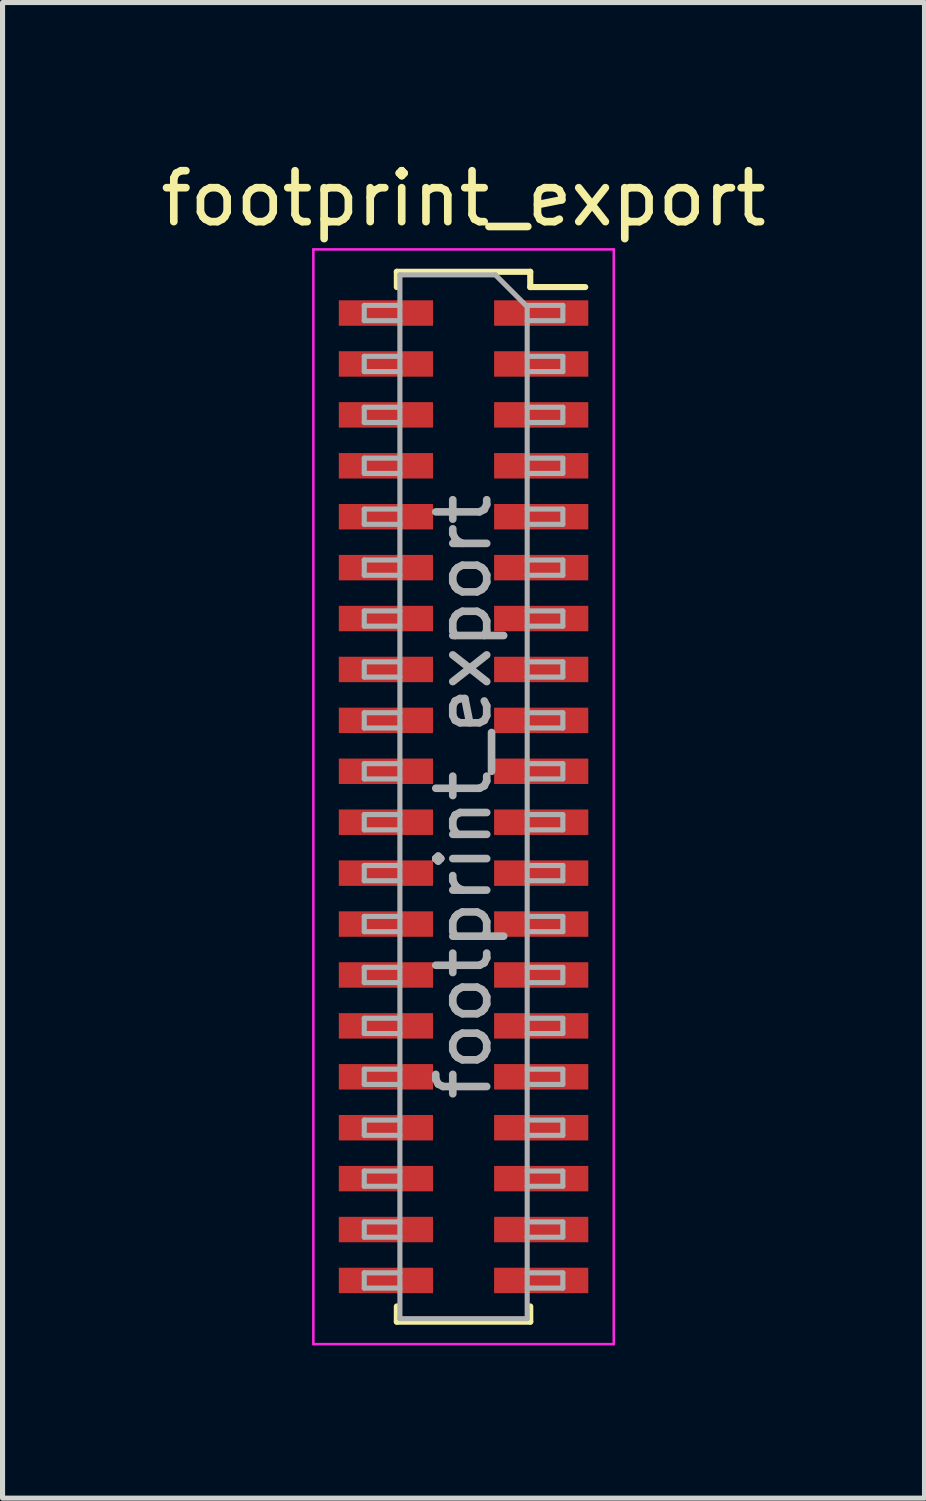
<source format=kicad_pcb>
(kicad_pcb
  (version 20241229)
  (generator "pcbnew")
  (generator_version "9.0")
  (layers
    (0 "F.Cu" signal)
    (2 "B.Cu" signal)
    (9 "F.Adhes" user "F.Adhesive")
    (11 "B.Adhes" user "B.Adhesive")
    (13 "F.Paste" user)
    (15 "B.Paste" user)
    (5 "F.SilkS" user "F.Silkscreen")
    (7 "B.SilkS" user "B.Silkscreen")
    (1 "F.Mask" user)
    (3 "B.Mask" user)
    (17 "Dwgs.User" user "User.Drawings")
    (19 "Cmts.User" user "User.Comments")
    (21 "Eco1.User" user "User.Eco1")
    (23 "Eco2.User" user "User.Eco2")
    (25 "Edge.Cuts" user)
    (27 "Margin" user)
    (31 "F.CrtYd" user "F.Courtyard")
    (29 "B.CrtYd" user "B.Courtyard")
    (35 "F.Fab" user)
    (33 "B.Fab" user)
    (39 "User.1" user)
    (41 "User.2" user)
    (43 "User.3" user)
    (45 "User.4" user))
  (footprint "footprint_export"
    (layer "F.Cu")
    (at 6.054 12.598)
    (property "Reference" "footprint_export" (at 0 -11.75 0) (layer "F.SilkS") (effects (font (size 1 1) (thickness 0.15))))
    (attr smd)
    (fp_line (start -1.31 -10.31) (end -1.31 -10.01) (stroke (width 0.12) (type solid)) (layer "F.SilkS"))
    (fp_line (start -1.31 -10.31) (end 1.31 -10.31) (stroke (width 0.12) (type solid)) (layer "F.SilkS"))
    (fp_line (start -1.31 10.01) (end -1.31 10.31) (stroke (width 0.12) (type solid)) (layer "F.SilkS"))
    (fp_line (start -1.31 10.31) (end 1.31 10.31) (stroke (width 0.12) (type solid)) (layer "F.SilkS"))
    (fp_line (start 1.31 -10.31) (end 1.31 -10.01) (stroke (width 0.12) (type solid)) (layer "F.SilkS"))
    (fp_line (start 1.31 -10.01) (end 2.39 -10.01) (stroke (width 0.12) (type solid)) (layer "F.SilkS"))
    (fp_line (start 1.31 10.01) (end 1.31 10.31) (stroke (width 0.12) (type solid)) (layer "F.SilkS"))
    (fp_line (start -2.95 -10.75) (end 2.95 -10.75) (stroke (width 0.05) (type solid)) (layer "F.CrtYd"))
    (fp_line (start -2.95 10.75) (end -2.95 -10.75) (stroke (width 0.05) (type solid)) (layer "F.CrtYd"))
    (fp_line (start 2.95 -10.75) (end 2.95 10.75) (stroke (width 0.05) (type solid)) (layer "F.CrtYd"))
    (fp_line (start 2.95 10.75) (end -2.95 10.75) (stroke (width 0.05) (type solid)) (layer "F.CrtYd"))
    (fp_line (start -1.95 -9.65) (end -1.25 -9.65) (stroke (width 0.1) (type solid)) (layer "F.Fab"))
    (fp_line (start -1.95 -9.35) (end -1.95 -9.65) (stroke (width 0.1) (type solid)) (layer "F.Fab"))
    (fp_line (start -1.95 -8.65) (end -1.25 -8.65) (stroke (width 0.1) (type solid)) (layer "F.Fab"))
    (fp_line (start -1.95 -8.35) (end -1.95 -8.65) (stroke (width 0.1) (type solid)) (layer "F.Fab"))
    (fp_line (start -1.95 -7.65) (end -1.25 -7.65) (stroke (width 0.1) (type solid)) (layer "F.Fab"))
    (fp_line (start -1.95 -7.35) (end -1.95 -7.65) (stroke (width 0.1) (type solid)) (layer "F.Fab"))
    (fp_line (start -1.95 -6.65) (end -1.25 -6.65) (stroke (width 0.1) (type solid)) (layer "F.Fab"))
    (fp_line (start -1.95 -6.35) (end -1.95 -6.65) (stroke (width 0.1) (type solid)) (layer "F.Fab"))
    (fp_line (start -1.95 -5.65) (end -1.25 -5.65) (stroke (width 0.1) (type solid)) (layer "F.Fab"))
    (fp_line (start -1.95 -5.35) (end -1.95 -5.65) (stroke (width 0.1) (type solid)) (layer "F.Fab"))
    (fp_line (start -1.95 -4.65) (end -1.25 -4.65) (stroke (width 0.1) (type solid)) (layer "F.Fab"))
    (fp_line (start -1.95 -4.35) (end -1.95 -4.65) (stroke (width 0.1) (type solid)) (layer "F.Fab"))
    (fp_line (start -1.95 -3.65) (end -1.25 -3.65) (stroke (width 0.1) (type solid)) (layer "F.Fab"))
    (fp_line (start -1.95 -3.35) (end -1.95 -3.65) (stroke (width 0.1) (type solid)) (layer "F.Fab"))
    (fp_line (start -1.95 -2.65) (end -1.25 -2.65) (stroke (width 0.1) (type solid)) (layer "F.Fab"))
    (fp_line (start -1.95 -2.35) (end -1.95 -2.65) (stroke (width 0.1) (type solid)) (layer "F.Fab"))
    (fp_line (start -1.95 -1.65) (end -1.25 -1.65) (stroke (width 0.1) (type solid)) (layer "F.Fab"))
    (fp_line (start -1.95 -1.35) (end -1.95 -1.65) (stroke (width 0.1) (type solid)) (layer "F.Fab"))
    (fp_line (start -1.95 -0.65) (end -1.25 -0.65) (stroke (width 0.1) (type solid)) (layer "F.Fab"))
    (fp_line (start -1.95 -0.35) (end -1.95 -0.65) (stroke (width 0.1) (type solid)) (layer "F.Fab"))
    (fp_line (start -1.95 0.35) (end -1.25 0.35) (stroke (width 0.1) (type solid)) (layer "F.Fab"))
    (fp_line (start -1.95 0.65) (end -1.95 0.35) (stroke (width 0.1) (type solid)) (layer "F.Fab"))
    (fp_line (start -1.95 1.35) (end -1.25 1.35) (stroke (width 0.1) (type solid)) (layer "F.Fab"))
    (fp_line (start -1.95 1.65) (end -1.95 1.35) (stroke (width 0.1) (type solid)) (layer "F.Fab"))
    (fp_line (start -1.95 2.35) (end -1.25 2.35) (stroke (width 0.1) (type solid)) (layer "F.Fab"))
    (fp_line (start -1.95 2.65) (end -1.95 2.35) (stroke (width 0.1) (type solid)) (layer "F.Fab"))
    (fp_line (start -1.95 3.35) (end -1.25 3.35) (stroke (width 0.1) (type solid)) (layer "F.Fab"))
    (fp_line (start -1.95 3.65) (end -1.95 3.35) (stroke (width 0.1) (type solid)) (layer "F.Fab"))
    (fp_line (start -1.95 4.35) (end -1.25 4.35) (stroke (width 0.1) (type solid)) (layer "F.Fab"))
    (fp_line (start -1.95 4.65) (end -1.95 4.35) (stroke (width 0.1) (type solid)) (layer "F.Fab"))
    (fp_line (start -1.95 5.35) (end -1.25 5.35) (stroke (width 0.1) (type solid)) (layer "F.Fab"))
    (fp_line (start -1.95 5.65) (end -1.95 5.35) (stroke (width 0.1) (type solid)) (layer "F.Fab"))
    (fp_line (start -1.95 6.35) (end -1.25 6.35) (stroke (width 0.1) (type solid)) (layer "F.Fab"))
    (fp_line (start -1.95 6.65) (end -1.95 6.35) (stroke (width 0.1) (type solid)) (layer "F.Fab"))
    (fp_line (start -1.95 7.35) (end -1.25 7.35) (stroke (width 0.1) (type solid)) (layer "F.Fab"))
    (fp_line (start -1.95 7.65) (end -1.95 7.35) (stroke (width 0.1) (type solid)) (layer "F.Fab"))
    (fp_line (start -1.95 8.35) (end -1.25 8.35) (stroke (width 0.1) (type solid)) (layer "F.Fab"))
    (fp_line (start -1.95 8.65) (end -1.95 8.35) (stroke (width 0.1) (type solid)) (layer "F.Fab"))
    (fp_line (start -1.95 9.35) (end -1.25 9.35) (stroke (width 0.1) (type solid)) (layer "F.Fab"))
    (fp_line (start -1.95 9.65) (end -1.95 9.35) (stroke (width 0.1) (type solid)) (layer "F.Fab"))
    (fp_line (start -1.25 -10.25) (end 0.625 -10.25) (stroke (width 0.1) (type solid)) (layer "F.Fab"))
    (fp_line (start -1.25 -9.35) (end -1.95 -9.35) (stroke (width 0.1) (type solid)) (layer "F.Fab"))
    (fp_line (start -1.25 -8.35) (end -1.95 -8.35) (stroke (width 0.1) (type solid)) (layer "F.Fab"))
    (fp_line (start -1.25 -7.35) (end -1.95 -7.35) (stroke (width 0.1) (type solid)) (layer "F.Fab"))
    (fp_line (start -1.25 -6.35) (end -1.95 -6.35) (stroke (width 0.1) (type solid)) (layer "F.Fab"))
    (fp_line (start -1.25 -5.35) (end -1.95 -5.35) (stroke (width 0.1) (type solid)) (layer "F.Fab"))
    (fp_line (start -1.25 -4.35) (end -1.95 -4.35) (stroke (width 0.1) (type solid)) (layer "F.Fab"))
    (fp_line (start -1.25 -3.35) (end -1.95 -3.35) (stroke (width 0.1) (type solid)) (layer "F.Fab"))
    (fp_line (start -1.25 -2.35) (end -1.95 -2.35) (stroke (width 0.1) (type solid)) (layer "F.Fab"))
    (fp_line (start -1.25 -1.35) (end -1.95 -1.35) (stroke (width 0.1) (type solid)) (layer "F.Fab"))
    (fp_line (start -1.25 -0.35) (end -1.95 -0.35) (stroke (width 0.1) (type solid)) (layer "F.Fab"))
    (fp_line (start -1.25 0.65) (end -1.95 0.65) (stroke (width 0.1) (type solid)) (layer "F.Fab"))
    (fp_line (start -1.25 1.65) (end -1.95 1.65) (stroke (width 0.1) (type solid)) (layer "F.Fab"))
    (fp_line (start -1.25 2.65) (end -1.95 2.65) (stroke (width 0.1) (type solid)) (layer "F.Fab"))
    (fp_line (start -1.25 3.65) (end -1.95 3.65) (stroke (width 0.1) (type solid)) (layer "F.Fab"))
    (fp_line (start -1.25 4.65) (end -1.95 4.65) (stroke (width 0.1) (type solid)) (layer "F.Fab"))
    (fp_line (start -1.25 5.65) (end -1.95 5.65) (stroke (width 0.1) (type solid)) (layer "F.Fab"))
    (fp_line (start -1.25 6.65) (end -1.95 6.65) (stroke (width 0.1) (type solid)) (layer "F.Fab"))
    (fp_line (start -1.25 7.65) (end -1.95 7.65) (stroke (width 0.1) (type solid)) (layer "F.Fab"))
    (fp_line (start -1.25 8.65) (end -1.95 8.65) (stroke (width 0.1) (type solid)) (layer "F.Fab"))
    (fp_line (start -1.25 9.65) (end -1.95 9.65) (stroke (width 0.1) (type solid)) (layer "F.Fab"))
    (fp_line (start -1.25 10.25) (end -1.25 -10.25) (stroke (width 0.1) (type solid)) (layer "F.Fab"))
    (fp_line (start 0.625 -10.25) (end 1.25 -9.625) (stroke (width 0.1) (type solid)) (layer "F.Fab"))
    (fp_line (start 1.25 -9.65) (end 1.95 -9.65) (stroke (width 0.1) (type solid)) (layer "F.Fab"))
    (fp_line (start 1.25 -9.625) (end 1.25 10.25) (stroke (width 0.1) (type solid)) (layer "F.Fab"))
    (fp_line (start 1.25 -8.65) (end 1.95 -8.65) (stroke (width 0.1) (type solid)) (layer "F.Fab"))
    (fp_line (start 1.25 -7.65) (end 1.95 -7.65) (stroke (width 0.1) (type solid)) (layer "F.Fab"))
    (fp_line (start 1.25 -6.65) (end 1.95 -6.65) (stroke (width 0.1) (type solid)) (layer "F.Fab"))
    (fp_line (start 1.25 -5.65) (end 1.95 -5.65) (stroke (width 0.1) (type solid)) (layer "F.Fab"))
    (fp_line (start 1.25 -4.65) (end 1.95 -4.65) (stroke (width 0.1) (type solid)) (layer "F.Fab"))
    (fp_line (start 1.25 -3.65) (end 1.95 -3.65) (stroke (width 0.1) (type solid)) (layer "F.Fab"))
    (fp_line (start 1.25 -2.65) (end 1.95 -2.65) (stroke (width 0.1) (type solid)) (layer "F.Fab"))
    (fp_line (start 1.25 -1.65) (end 1.95 -1.65) (stroke (width 0.1) (type solid)) (layer "F.Fab"))
    (fp_line (start 1.25 -0.65) (end 1.95 -0.65) (stroke (width 0.1) (type solid)) (layer "F.Fab"))
    (fp_line (start 1.25 0.35) (end 1.95 0.35) (stroke (width 0.1) (type solid)) (layer "F.Fab"))
    (fp_line (start 1.25 1.35) (end 1.95 1.35) (stroke (width 0.1) (type solid)) (layer "F.Fab"))
    (fp_line (start 1.25 2.35) (end 1.95 2.35) (stroke (width 0.1) (type solid)) (layer "F.Fab"))
    (fp_line (start 1.25 3.35) (end 1.95 3.35) (stroke (width 0.1) (type solid)) (layer "F.Fab"))
    (fp_line (start 1.25 4.35) (end 1.95 4.35) (stroke (width 0.1) (type solid)) (layer "F.Fab"))
    (fp_line (start 1.25 5.35) (end 1.95 5.35) (stroke (width 0.1) (type solid)) (layer "F.Fab"))
    (fp_line (start 1.25 6.35) (end 1.95 6.35) (stroke (width 0.1) (type solid)) (layer "F.Fab"))
    (fp_line (start 1.25 7.35) (end 1.95 7.35) (stroke (width 0.1) (type solid)) (layer "F.Fab"))
    (fp_line (start 1.25 8.35) (end 1.95 8.35) (stroke (width 0.1) (type solid)) (layer "F.Fab"))
    (fp_line (start 1.25 9.35) (end 1.95 9.35) (stroke (width 0.1) (type solid)) (layer "F.Fab"))
    (fp_line (start 1.25 10.25) (end -1.25 10.25) (stroke (width 0.1) (type solid)) (layer "F.Fab"))
    (fp_line (start 1.95 -9.65) (end 1.95 -9.35) (stroke (width 0.1) (type solid)) (layer "F.Fab"))
    (fp_line (start 1.95 -9.35) (end 1.25 -9.35) (stroke (width 0.1) (type solid)) (layer "F.Fab"))
    (fp_line (start 1.95 -8.65) (end 1.95 -8.35) (stroke (width 0.1) (type solid)) (layer "F.Fab"))
    (fp_line (start 1.95 -8.35) (end 1.25 -8.35) (stroke (width 0.1) (type solid)) (layer "F.Fab"))
    (fp_line (start 1.95 -7.65) (end 1.95 -7.35) (stroke (width 0.1) (type solid)) (layer "F.Fab"))
    (fp_line (start 1.95 -7.35) (end 1.25 -7.35) (stroke (width 0.1) (type solid)) (layer "F.Fab"))
    (fp_line (start 1.95 -6.65) (end 1.95 -6.35) (stroke (width 0.1) (type solid)) (layer "F.Fab"))
    (fp_line (start 1.95 -6.35) (end 1.25 -6.35) (stroke (width 0.1) (type solid)) (layer "F.Fab"))
    (fp_line (start 1.95 -5.65) (end 1.95 -5.35) (stroke (width 0.1) (type solid)) (layer "F.Fab"))
    (fp_line (start 1.95 -5.35) (end 1.25 -5.35) (stroke (width 0.1) (type solid)) (layer "F.Fab"))
    (fp_line (start 1.95 -4.65) (end 1.95 -4.35) (stroke (width 0.1) (type solid)) (layer "F.Fab"))
    (fp_line (start 1.95 -4.35) (end 1.25 -4.35) (stroke (width 0.1) (type solid)) (layer "F.Fab"))
    (fp_line (start 1.95 -3.65) (end 1.95 -3.35) (stroke (width 0.1) (type solid)) (layer "F.Fab"))
    (fp_line (start 1.95 -3.35) (end 1.25 -3.35) (stroke (width 0.1) (type solid)) (layer "F.Fab"))
    (fp_line (start 1.95 -2.65) (end 1.95 -2.35) (stroke (width 0.1) (type solid)) (layer "F.Fab"))
    (fp_line (start 1.95 -2.35) (end 1.25 -2.35) (stroke (width 0.1) (type solid)) (layer "F.Fab"))
    (fp_line (start 1.95 -1.65) (end 1.95 -1.35) (stroke (width 0.1) (type solid)) (layer "F.Fab"))
    (fp_line (start 1.95 -1.35) (end 1.25 -1.35) (stroke (width 0.1) (type solid)) (layer "F.Fab"))
    (fp_line (start 1.95 -0.65) (end 1.95 -0.35) (stroke (width 0.1) (type solid)) (layer "F.Fab"))
    (fp_line (start 1.95 -0.35) (end 1.25 -0.35) (stroke (width 0.1) (type solid)) (layer "F.Fab"))
    (fp_line (start 1.95 0.35) (end 1.95 0.65) (stroke (width 0.1) (type solid)) (layer "F.Fab"))
    (fp_line (start 1.95 0.65) (end 1.25 0.65) (stroke (width 0.1) (type solid)) (layer "F.Fab"))
    (fp_line (start 1.95 1.35) (end 1.95 1.65) (stroke (width 0.1) (type solid)) (layer "F.Fab"))
    (fp_line (start 1.95 1.65) (end 1.25 1.65) (stroke (width 0.1) (type solid)) (layer "F.Fab"))
    (fp_line (start 1.95 2.35) (end 1.95 2.65) (stroke (width 0.1) (type solid)) (layer "F.Fab"))
    (fp_line (start 1.95 2.65) (end 1.25 2.65) (stroke (width 0.1) (type solid)) (layer "F.Fab"))
    (fp_line (start 1.95 3.35) (end 1.95 3.65) (stroke (width 0.1) (type solid)) (layer "F.Fab"))
    (fp_line (start 1.95 3.65) (end 1.25 3.65) (stroke (width 0.1) (type solid)) (layer "F.Fab"))
    (fp_line (start 1.95 4.35) (end 1.95 4.65) (stroke (width 0.1) (type solid)) (layer "F.Fab"))
    (fp_line (start 1.95 4.65) (end 1.25 4.65) (stroke (width 0.1) (type solid)) (layer "F.Fab"))
    (fp_line (start 1.95 5.35) (end 1.95 5.65) (stroke (width 0.1) (type solid)) (layer "F.Fab"))
    (fp_line (start 1.95 5.65) (end 1.25 5.65) (stroke (width 0.1) (type solid)) (layer "F.Fab"))
    (fp_line (start 1.95 6.35) (end 1.95 6.65) (stroke (width 0.1) (type solid)) (layer "F.Fab"))
    (fp_line (start 1.95 6.65) (end 1.25 6.65) (stroke (width 0.1) (type solid)) (layer "F.Fab"))
    (fp_line (start 1.95 7.35) (end 1.95 7.65) (stroke (width 0.1) (type solid)) (layer "F.Fab"))
    (fp_line (start 1.95 7.65) (end 1.25 7.65) (stroke (width 0.1) (type solid)) (layer "F.Fab"))
    (fp_line (start 1.95 8.35) (end 1.95 8.65) (stroke (width 0.1) (type solid)) (layer "F.Fab"))
    (fp_line (start 1.95 8.65) (end 1.25 8.65) (stroke (width 0.1) (type solid)) (layer "F.Fab"))
    (fp_line (start 1.95 9.35) (end 1.95 9.65) (stroke (width 0.1) (type solid)) (layer "F.Fab"))
    (fp_line (start 1.95 9.65) (end 1.25 9.65) (stroke (width 0.1) (type solid)) (layer "F.Fab"))
    (fp_text user "${REFERENCE}" (at 0 0 90) (layer "F.Fab") (effects (font (size 1 1) (thickness 0.15))))
    (pad "1" smd rect (at 1.525 -9.5) (size 1.85 0.5) (layers "F.Cu" "F.Mask" "F.Paste"))
    (pad "2" smd rect (at -1.525 -9.5) (size 1.85 0.5) (layers "F.Cu" "F.Mask" "F.Paste"))
    (pad "3" smd rect (at 1.525 -8.5) (size 1.85 0.5) (layers "F.Cu" "F.Mask" "F.Paste"))
    (pad "4" smd rect (at -1.525 -8.5) (size 1.85 0.5) (layers "F.Cu" "F.Mask" "F.Paste"))
    (pad "5" smd rect (at 1.525 -7.5) (size 1.85 0.5) (layers "F.Cu" "F.Mask" "F.Paste"))
    (pad "6" smd rect (at -1.525 -7.5) (size 1.85 0.5) (layers "F.Cu" "F.Mask" "F.Paste"))
    (pad "7" smd rect (at 1.525 -6.5) (size 1.85 0.5) (layers "F.Cu" "F.Mask" "F.Paste"))
    (pad "8" smd rect (at -1.525 -6.5) (size 1.85 0.5) (layers "F.Cu" "F.Mask" "F.Paste"))
    (pad "9" smd rect (at 1.525 -5.5) (size 1.85 0.5) (layers "F.Cu" "F.Mask" "F.Paste"))
    (pad "10" smd rect (at -1.525 -5.5) (size 1.85 0.5) (layers "F.Cu" "F.Mask" "F.Paste"))
    (pad "11" smd rect (at 1.525 -4.5) (size 1.85 0.5) (layers "F.Cu" "F.Mask" "F.Paste"))
    (pad "12" smd rect (at -1.525 -4.5) (size 1.85 0.5) (layers "F.Cu" "F.Mask" "F.Paste"))
    (pad "13" smd rect (at 1.525 -3.5) (size 1.85 0.5) (layers "F.Cu" "F.Mask" "F.Paste"))
    (pad "14" smd rect (at -1.525 -3.5) (size 1.85 0.5) (layers "F.Cu" "F.Mask" "F.Paste"))
    (pad "15" smd rect (at 1.525 -2.5) (size 1.85 0.5) (layers "F.Cu" "F.Mask" "F.Paste"))
    (pad "16" smd rect (at -1.525 -2.5) (size 1.85 0.5) (layers "F.Cu" "F.Mask" "F.Paste"))
    (pad "17" smd rect (at 1.525 -1.5) (size 1.85 0.5) (layers "F.Cu" "F.Mask" "F.Paste"))
    (pad "18" smd rect (at -1.525 -1.5) (size 1.85 0.5) (layers "F.Cu" "F.Mask" "F.Paste"))
    (pad "19" smd rect (at 1.525 -0.5) (size 1.85 0.5) (layers "F.Cu" "F.Mask" "F.Paste"))
    (pad "20" smd rect (at -1.525 -0.5) (size 1.85 0.5) (layers "F.Cu" "F.Mask" "F.Paste"))
    (pad "21" smd rect (at 1.525 0.5) (size 1.85 0.5) (layers "F.Cu" "F.Mask" "F.Paste"))
    (pad "22" smd rect (at -1.525 0.5) (size 1.85 0.5) (layers "F.Cu" "F.Mask" "F.Paste"))
    (pad "23" smd rect (at 1.525 1.5) (size 1.85 0.5) (layers "F.Cu" "F.Mask" "F.Paste"))
    (pad "24" smd rect (at -1.525 1.5) (size 1.85 0.5) (layers "F.Cu" "F.Mask" "F.Paste"))
    (pad "25" smd rect (at 1.525 2.5) (size 1.85 0.5) (layers "F.Cu" "F.Mask" "F.Paste"))
    (pad "26" smd rect (at -1.525 2.5) (size 1.85 0.5) (layers "F.Cu" "F.Mask" "F.Paste"))
    (pad "27" smd rect (at 1.525 3.5) (size 1.85 0.5) (layers "F.Cu" "F.Mask" "F.Paste"))
    (pad "28" smd rect (at -1.525 3.5) (size 1.85 0.5) (layers "F.Cu" "F.Mask" "F.Paste"))
    (pad "29" smd rect (at 1.525 4.5) (size 1.85 0.5) (layers "F.Cu" "F.Mask" "F.Paste"))
    (pad "30" smd rect (at -1.525 4.5) (size 1.85 0.5) (layers "F.Cu" "F.Mask" "F.Paste"))
    (pad "31" smd rect (at 1.525 5.5) (size 1.85 0.5) (layers "F.Cu" "F.Mask" "F.Paste"))
    (pad "32" smd rect (at -1.525 5.5) (size 1.85 0.5) (layers "F.Cu" "F.Mask" "F.Paste"))
    (pad "33" smd rect (at 1.525 6.5) (size 1.85 0.5) (layers "F.Cu" "F.Mask" "F.Paste"))
    (pad "34" smd rect (at -1.525 6.5) (size 1.85 0.5) (layers "F.Cu" "F.Mask" "F.Paste"))
    (pad "35" smd rect (at 1.525 7.5) (size 1.85 0.5) (layers "F.Cu" "F.Mask" "F.Paste"))
    (pad "36" smd rect (at -1.525 7.5) (size 1.85 0.5) (layers "F.Cu" "F.Mask" "F.Paste"))
    (pad "37" smd rect (at 1.525 8.5) (size 1.85 0.5) (layers "F.Cu" "F.Mask" "F.Paste"))
    (pad "38" smd rect (at -1.525 8.5) (size 1.85 0.5) (layers "F.Cu" "F.Mask" "F.Paste"))
    (pad "39" smd rect (at 1.525 9.5) (size 1.85 0.5) (layers "F.Cu" "F.Mask" "F.Paste"))
    (pad "40" smd rect (at -1.525 9.5) (size 1.85 0.5) (layers "F.Cu" "F.Mask" "F.Paste")))
  (gr_rect
    (start -3 -3)
    (end 15.107 26.373)
    (stroke (width 0.1) (type default))
    (fill no)
    (layer "Edge.Cuts")))
</source>
